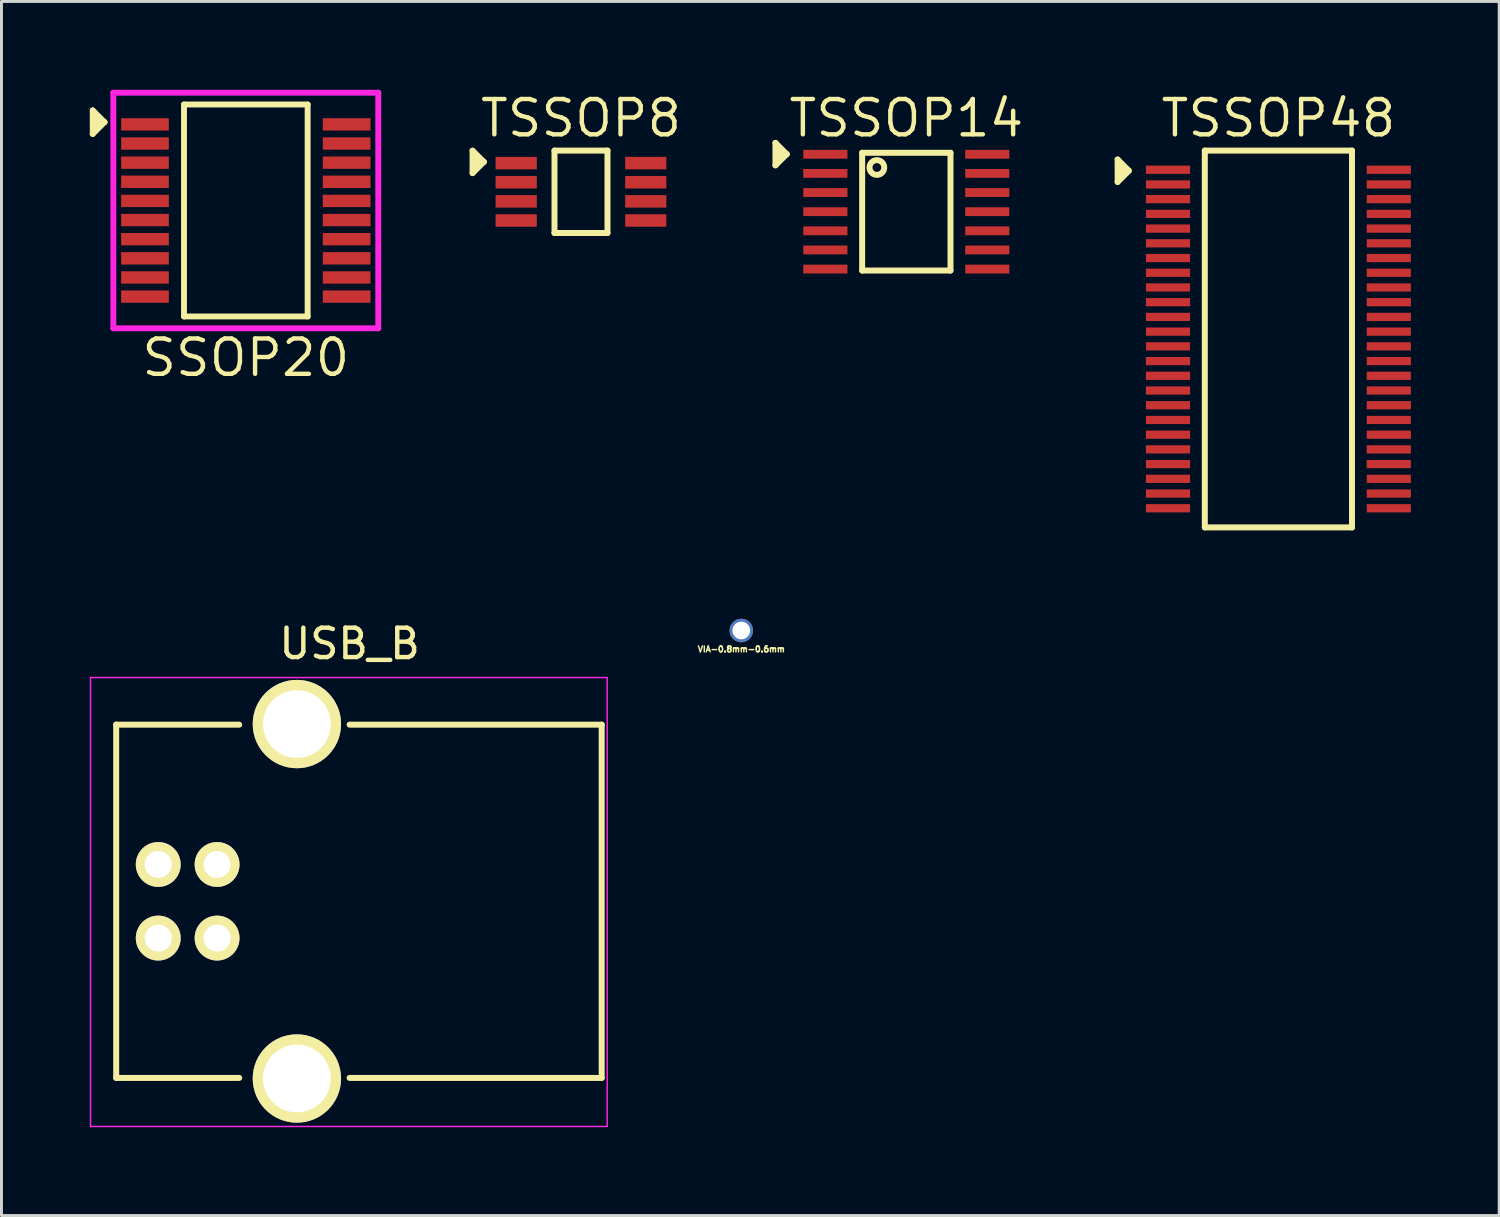
<source format=kicad_pcb>
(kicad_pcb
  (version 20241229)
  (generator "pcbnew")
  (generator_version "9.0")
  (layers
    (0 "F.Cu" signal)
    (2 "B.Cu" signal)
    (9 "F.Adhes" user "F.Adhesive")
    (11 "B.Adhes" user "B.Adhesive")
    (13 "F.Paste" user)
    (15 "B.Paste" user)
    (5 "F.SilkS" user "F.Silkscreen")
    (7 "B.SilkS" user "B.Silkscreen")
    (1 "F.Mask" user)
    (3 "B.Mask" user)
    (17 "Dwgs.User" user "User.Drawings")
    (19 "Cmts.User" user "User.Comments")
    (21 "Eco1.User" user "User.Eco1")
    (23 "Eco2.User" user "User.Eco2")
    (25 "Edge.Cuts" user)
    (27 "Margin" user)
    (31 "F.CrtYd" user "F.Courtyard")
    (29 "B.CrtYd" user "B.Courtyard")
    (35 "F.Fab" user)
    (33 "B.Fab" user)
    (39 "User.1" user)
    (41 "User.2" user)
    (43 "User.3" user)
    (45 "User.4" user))
  (footprint "VIA-0.8mm-0.6mm"
    (layer "F.Cu")
    (at 22.131 18.367)
    (property "Reference" "VIA-0.8mm-0.6mm" (at 0 0.635 0) (layer "F.SilkS") (effects (font (size 0.2 0.2) (thickness 0.05))))
    (attr through_hole)
    (pad "1" thru_hole circle (at 0 0) (size 0.8 0.8) (drill 0.6) (layers "*.Cu")))
  (footprint "SSOP20"
    (layer "F.Cu")
    (at 5.3 4.1)
    (property "Reference" "SSOP20" (at 0 5 0) (layer "F.SilkS") (effects (font (size 1.2 1.2) (thickness 0.15))))
    (attr smd)
    (fp_line (start -5.2 -3.4) (end -5.2 -2.6) (stroke (width 0.2) (type solid)) (layer "F.SilkS"))
    (fp_line (start -5.2 -2.6) (end -4.8 -3) (stroke (width 0.2) (type solid)) (layer "F.SilkS"))
    (fp_line (start -5.1 -3.1) (end -5.1 -2.9) (stroke (width 0.2) (type solid)) (layer "F.SilkS"))
    (fp_line (start -5 -3) (end -5.1 -2.9) (stroke (width 0.2) (type solid)) (layer "F.SilkS"))
    (fp_line (start -4.8 -3) (end -5.2 -3.4) (stroke (width 0.2) (type solid)) (layer "F.SilkS"))
    (fp_line (start -4.8 -3) (end -5.1 -3.1) (stroke (width 0.2) (type solid)) (layer "F.SilkS"))
    (fp_line (start -2.1 -3.6) (end -2.1 3.6) (stroke (width 0.2) (type solid)) (layer "F.SilkS"))
    (fp_line (start -2.1 -3.6) (end 2.1 -3.6) (stroke (width 0.2) (type solid)) (layer "F.SilkS"))
    (fp_line (start -2.1 3.6) (end 2.1 3.6) (stroke (width 0.2) (type solid)) (layer "F.SilkS"))
    (fp_line (start 2.1 3.6) (end 2.1 -3.6) (stroke (width 0.2) (type solid)) (layer "F.SilkS"))
    (fp_line (start -4.5 -4) (end -4.5 4) (stroke (width 0.2) (type solid)) (layer "F.CrtYd"))
    (fp_line (start -4.5 4) (end 4.5 4) (stroke (width 0.2) (type solid)) (layer "F.CrtYd"))
    (fp_line (start 4.5 -4) (end -4.5 -4) (stroke (width 0.2) (type solid)) (layer "F.CrtYd"))
    (fp_line (start 4.5 4) (end 4.5 -4) (stroke (width 0.2) (type solid)) (layer "F.CrtYd"))
    (pad "1" smd rect (at -3.425 -2.925 270) (size 0.42 1.62) (layers "F.Cu" "F.Mask" "F.Paste"))
    (pad "2" smd rect (at -3.425 -2.275 270) (size 0.42 1.62) (layers "F.Cu" "F.Mask" "F.Paste"))
    (pad "3" smd rect (at -3.425 -1.625 270) (size 0.42 1.62) (layers "F.Cu" "F.Mask" "F.Paste"))
    (pad "4" smd rect (at -3.425 -0.975 270) (size 0.42 1.62) (layers "F.Cu" "F.Mask" "F.Paste"))
    (pad "5" smd rect (at -3.425 -0.325 270) (size 0.42 1.62) (layers "F.Cu" "F.Mask" "F.Paste"))
    (pad "6" smd rect (at -3.425 0.325 270) (size 0.42 1.62) (layers "F.Cu" "F.Mask" "F.Paste"))
    (pad "7" smd rect (at -3.425 0.975 270) (size 0.42 1.62) (layers "F.Cu" "F.Mask" "F.Paste"))
    (pad "8" smd rect (at -3.425 1.625 270) (size 0.42 1.62) (layers "F.Cu" "F.Mask" "F.Paste"))
    (pad "9" smd rect (at -3.425 2.275 270) (size 0.42 1.62) (layers "F.Cu" "F.Mask" "F.Paste"))
    (pad "10" smd rect (at -3.425 2.925 270) (size 0.42 1.62) (layers "F.Cu" "F.Mask" "F.Paste"))
    (pad "11" smd rect (at 3.425 2.925 270) (size 0.42 1.62) (layers "F.Cu" "F.Mask" "F.Paste"))
    (pad "12" smd rect (at 3.425 2.275 270) (size 0.42 1.62) (layers "F.Cu" "F.Mask" "F.Paste"))
    (pad "13" smd rect (at 3.425 1.625 270) (size 0.42 1.62) (layers "F.Cu" "F.Mask" "F.Paste"))
    (pad "14" smd rect (at 3.425 0.975 270) (size 0.42 1.62) (layers "F.Cu" "F.Mask" "F.Paste"))
    (pad "15" smd rect (at 3.425 0.325 270) (size 0.42 1.62) (layers "F.Cu" "F.Mask" "F.Paste"))
    (pad "16" smd rect (at 3.425 -0.325 270) (size 0.42 1.62) (layers "F.Cu" "F.Mask" "F.Paste"))
    (pad "17" smd rect (at 3.425 -0.975 270) (size 0.42 1.62) (layers "F.Cu" "F.Mask" "F.Paste"))
    (pad "18" smd rect (at 3.425 -1.625 270) (size 0.42 1.62) (layers "F.Cu" "F.Mask" "F.Paste"))
    (pad "19" smd rect (at 3.425 -2.275 270) (size 0.42 1.62) (layers "F.Cu" "F.Mask" "F.Paste"))
    (pad "20" smd rect (at 3.425 -2.925 270) (size 0.42 1.62) (layers "F.Cu" "F.Mask" "F.Paste")))
  (footprint "TSSOP14"
    (layer "F.Cu")
    (at 27.736 4.14)
    (property "Reference" "TSSOP14" (at 0 -3.175 180) (layer "F.SilkS") (effects (font (size 1.2 1.2) (thickness 0.15))))
    (attr smd)
    (fp_line (start -4.445 -2.336) (end -4.445 -1.574) (stroke (width 0.203) (type solid)) (layer "F.SilkS"))
    (fp_line (start -4.445 -1.574) (end -4.064 -1.955) (stroke (width 0.203) (type solid)) (layer "F.SilkS"))
    (fp_line (start -4.318 -2.082) (end -4.318 -1.828) (stroke (width 0.203) (type solid)) (layer "F.SilkS"))
    (fp_line (start -4.064 -1.955) (end -4.445 -2.336) (stroke (width 0.203) (type solid)) (layer "F.SilkS"))
    (fp_line (start -4.064 -1.955) (end -4.318 -2.082) (stroke (width 0.203) (type solid)) (layer "F.SilkS"))
    (fp_line (start -1.5 -2) (end 1.5 -2) (stroke (width 0.203) (type solid)) (layer "F.SilkS"))
    (fp_line (start -1.5 2) (end -1.5 -2) (stroke (width 0.203) (type solid)) (layer "F.SilkS"))
    (fp_line (start 1.5 -2) (end 1.5 2) (stroke (width 0.203) (type solid)) (layer "F.SilkS"))
    (fp_line (start 1.5 2) (end -1.5 2) (stroke (width 0.203) (type solid)) (layer "F.SilkS"))
    (fp_circle (center -1 -1.5) (end -0.75 -1.5) (stroke (width 0.203) (type solid)) (fill no) (layer "F.SilkS"))
    (pad "1" smd rect (at -2.75 -1.95 270) (size 0.3 1.5) (layers "F.Cu" "F.Mask" "F.Paste"))
    (pad "2" smd rect (at -2.75 -1.3 270) (size 0.3 1.5) (layers "F.Cu" "F.Mask" "F.Paste"))
    (pad "3" smd rect (at -2.75 -0.65 270) (size 0.3 1.5) (layers "F.Cu" "F.Mask" "F.Paste"))
    (pad "4" smd rect (at -2.75 0 270) (size 0.3 1.5) (layers "F.Cu" "F.Mask" "F.Paste"))
    (pad "5" smd rect (at -2.75 0.65 270) (size 0.3 1.5) (layers "F.Cu" "F.Mask" "F.Paste"))
    (pad "6" smd rect (at -2.75 1.3 270) (size 0.3 1.5) (layers "F.Cu" "F.Mask" "F.Paste"))
    (pad "7" smd rect (at -2.75 1.95 270) (size 0.3 1.5) (layers "F.Cu" "F.Mask" "F.Paste"))
    (pad "8" smd rect (at 2.75 1.95 270) (size 0.3 1.5) (layers "F.Cu" "F.Mask" "F.Paste"))
    (pad "9" smd rect (at 2.75 1.3 270) (size 0.3 1.5) (layers "F.Cu" "F.Mask" "F.Paste"))
    (pad "10" smd rect (at 2.75 0.65 270) (size 0.3 1.5) (layers "F.Cu" "F.Mask" "F.Paste"))
    (pad "11" smd rect (at 2.75 0 270) (size 0.3 1.5) (layers "F.Cu" "F.Mask" "F.Paste"))
    (pad "12" smd rect (at 2.75 -0.65 270) (size 0.3 1.5) (layers "F.Cu" "F.Mask" "F.Paste"))
    (pad "13" smd rect (at 2.75 -1.3 270) (size 0.3 1.5) (layers "F.Cu" "F.Mask" "F.Paste"))
    (pad "14" smd rect (at 2.75 -1.95 270) (size 0.3 1.5) (layers "F.Cu" "F.Mask" "F.Paste")))
  (footprint "TSSOP48"
    (layer "F.Cu")
    (at 40.375 8.465)
    (property "Reference" "TSSOP48" (at 0 -7.5 180) (layer "F.SilkS") (effects (font (size 1.2 1.2) (thickness 0.15))))
    (attr smd)
    (fp_line (start -5.461 -6.096) (end -5.461 -5.334) (stroke (width 0.203) (type solid)) (layer "F.SilkS"))
    (fp_line (start -5.461 -5.334) (end -5.08 -5.715) (stroke (width 0.203) (type solid)) (layer "F.SilkS"))
    (fp_line (start -5.334 -5.842) (end -5.334 -5.588) (stroke (width 0.203) (type solid)) (layer "F.SilkS"))
    (fp_line (start -5.207 -5.715) (end -5.334 -5.842) (stroke (width 0.203) (type solid)) (layer "F.SilkS"))
    (fp_line (start -5.08 -5.715) (end -5.461 -6.096) (stroke (width 0.203) (type solid)) (layer "F.SilkS"))
    (fp_line (start -2.5 -6.4) (end -2.5 6.4) (stroke (width 0.203) (type solid)) (layer "F.SilkS"))
    (fp_line (start -2.5 -6.4) (end 2.5 -6.4) (stroke (width 0.203) (type solid)) (layer "F.SilkS"))
    (fp_line (start 2.5 6.4) (end -2.5 6.4) (stroke (width 0.203) (type solid)) (layer "F.SilkS"))
    (fp_line (start 2.5 6.4) (end 2.5 -6.4) (stroke (width 0.203) (type solid)) (layer "F.SilkS"))
    (pad "1" smd rect (at -3.75 -5.75 270) (size 0.28 1.5) (layers "F.Cu" "F.Mask" "F.Paste"))
    (pad "2" smd rect (at -3.75 -5.25 270) (size 0.28 1.5) (layers "F.Cu" "F.Mask" "F.Paste"))
    (pad "3" smd rect (at -3.75 -4.75 270) (size 0.28 1.5) (layers "F.Cu" "F.Mask" "F.Paste"))
    (pad "4" smd rect (at -3.75 -4.25 270) (size 0.28 1.5) (layers "F.Cu" "F.Mask" "F.Paste"))
    (pad "5" smd rect (at -3.75 -3.75 270) (size 0.28 1.5) (layers "F.Cu" "F.Mask" "F.Paste"))
    (pad "6" smd rect (at -3.75 -3.25 270) (size 0.28 1.5) (layers "F.Cu" "F.Mask" "F.Paste"))
    (pad "7" smd rect (at -3.75 -2.75 270) (size 0.28 1.5) (layers "F.Cu" "F.Mask" "F.Paste"))
    (pad "8" smd rect (at -3.75 -2.25 270) (size 0.28 1.5) (layers "F.Cu" "F.Mask" "F.Paste"))
    (pad "9" smd rect (at -3.75 -1.75 270) (size 0.28 1.5) (layers "F.Cu" "F.Mask" "F.Paste"))
    (pad "10" smd rect (at -3.75 -1.25 270) (size 0.28 1.5) (layers "F.Cu" "F.Mask" "F.Paste"))
    (pad "11" smd rect (at -3.75 -0.75 270) (size 0.28 1.5) (layers "F.Cu" "F.Mask" "F.Paste"))
    (pad "12" smd rect (at -3.75 -0.25 270) (size 0.28 1.5) (layers "F.Cu" "F.Mask" "F.Paste"))
    (pad "13" smd rect (at -3.75 0.25 270) (size 0.28 1.5) (layers "F.Cu" "F.Mask" "F.Paste"))
    (pad "14" smd rect (at -3.75 0.75 270) (size 0.28 1.5) (layers "F.Cu" "F.Mask" "F.Paste"))
    (pad "15" smd rect (at -3.75 1.25 270) (size 0.28 1.5) (layers "F.Cu" "F.Mask" "F.Paste"))
    (pad "16" smd rect (at -3.75 1.75 270) (size 0.28 1.5) (layers "F.Cu" "F.Mask" "F.Paste"))
    (pad "17" smd rect (at -3.75 2.25 270) (size 0.28 1.5) (layers "F.Cu" "F.Mask" "F.Paste"))
    (pad "18" smd rect (at -3.75 2.75 270) (size 0.28 1.5) (layers "F.Cu" "F.Mask" "F.Paste"))
    (pad "19" smd rect (at -3.75 3.25 270) (size 0.28 1.5) (layers "F.Cu" "F.Mask" "F.Paste"))
    (pad "20" smd rect (at -3.75 3.75 270) (size 0.28 1.5) (layers "F.Cu" "F.Mask" "F.Paste"))
    (pad "21" smd rect (at -3.75 4.25 270) (size 0.28 1.5) (layers "F.Cu" "F.Mask" "F.Paste"))
    (pad "22" smd rect (at -3.75 4.75 270) (size 0.28 1.5) (layers "F.Cu" "F.Mask" "F.Paste"))
    (pad "23" smd rect (at -3.75 5.25 270) (size 0.28 1.5) (layers "F.Cu" "F.Mask" "F.Paste"))
    (pad "24" smd rect (at -3.75 5.75 270) (size 0.28 1.5) (layers "F.Cu" "F.Mask" "F.Paste"))
    (pad "25" smd rect (at 3.75 5.75 270) (size 0.28 1.5) (layers "F.Cu" "F.Mask" "F.Paste"))
    (pad "26" smd rect (at 3.75 5.25 270) (size 0.28 1.5) (layers "F.Cu" "F.Mask" "F.Paste"))
    (pad "27" smd rect (at 3.75 4.75 270) (size 0.28 1.5) (layers "F.Cu" "F.Mask" "F.Paste"))
    (pad "28" smd rect (at 3.75 4.25 270) (size 0.28 1.5) (layers "F.Cu" "F.Mask" "F.Paste"))
    (pad "29" smd rect (at 3.75 3.75 270) (size 0.28 1.5) (layers "F.Cu" "F.Mask" "F.Paste"))
    (pad "30" smd rect (at 3.75 3.25 270) (size 0.28 1.5) (layers "F.Cu" "F.Mask" "F.Paste"))
    (pad "31" smd rect (at 3.75 2.75 270) (size 0.28 1.5) (layers "F.Cu" "F.Mask" "F.Paste"))
    (pad "32" smd rect (at 3.75 2.25 270) (size 0.28 1.5) (layers "F.Cu" "F.Mask" "F.Paste"))
    (pad "33" smd rect (at 3.75 1.75 270) (size 0.28 1.5) (layers "F.Cu" "F.Mask" "F.Paste"))
    (pad "34" smd rect (at 3.75 1.25 270) (size 0.28 1.5) (layers "F.Cu" "F.Mask" "F.Paste"))
    (pad "35" smd rect (at 3.75 0.75 270) (size 0.28 1.5) (layers "F.Cu" "F.Mask" "F.Paste"))
    (pad "36" smd rect (at 3.75 0.25 270) (size 0.28 1.5) (layers "F.Cu" "F.Mask" "F.Paste"))
    (pad "37" smd rect (at 3.75 -0.25 270) (size 0.28 1.5) (layers "F.Cu" "F.Mask" "F.Paste"))
    (pad "38" smd rect (at 3.75 -0.75 270) (size 0.28 1.5) (layers "F.Cu" "F.Mask" "F.Paste"))
    (pad "39" smd rect (at 3.75 -1.25 270) (size 0.28 1.5) (layers "F.Cu" "F.Mask" "F.Paste"))
    (pad "40" smd rect (at 3.75 -1.75 270) (size 0.28 1.5) (layers "F.Cu" "F.Mask" "F.Paste"))
    (pad "41" smd rect (at 3.75 -2.25 270) (size 0.28 1.5) (layers "F.Cu" "F.Mask" "F.Paste"))
    (pad "42" smd rect (at 3.75 -2.75 270) (size 0.28 1.5) (layers "F.Cu" "F.Mask" "F.Paste"))
    (pad "43" smd rect (at 3.75 -3.25 270) (size 0.28 1.5) (layers "F.Cu" "F.Mask" "F.Paste"))
    (pad "44" smd rect (at 3.75 -3.75 270) (size 0.28 1.5) (layers "F.Cu" "F.Mask" "F.Paste"))
    (pad "45" smd rect (at 3.75 -4.25 270) (size 0.28 1.5) (layers "F.Cu" "F.Mask" "F.Paste"))
    (pad "46" smd rect (at 3.75 -4.75 270) (size 0.28 1.5) (layers "F.Cu" "F.Mask" "F.Paste"))
    (pad "47" smd rect (at 3.75 -5.25 270) (size 0.28 1.5) (layers "F.Cu" "F.Mask" "F.Paste"))
    (pad "48" smd rect (at 3.75 -5.75 270) (size 0.28 1.5) (layers "F.Cu" "F.Mask" "F.Paste")))
  (footprint "TSSOP8"
    (layer "F.Cu")
    (at 16.685 3.465)
    (property "Reference" "TSSOP8" (at 0 -2.5 180) (layer "F.SilkS") (effects (font (size 1.2 1.2) (thickness 0.15))))
    (attr smd)
    (fp_line (start -3.683 -1.397) (end -3.683 -0.635) (stroke (width 0.203) (type solid)) (layer "F.SilkS"))
    (fp_line (start -3.683 -0.635) (end -3.302 -1.016) (stroke (width 0.203) (type solid)) (layer "F.SilkS"))
    (fp_line (start -3.556 -1.143) (end -3.556 -0.889) (stroke (width 0.203) (type solid)) (layer "F.SilkS"))
    (fp_line (start -3.302 -1.016) (end -3.683 -1.397) (stroke (width 0.203) (type solid)) (layer "F.SilkS"))
    (fp_line (start -3.302 -1.016) (end -3.556 -1.143) (stroke (width 0.203) (type solid)) (layer "F.SilkS"))
    (fp_line (start -0.9 -1.4) (end 0.9 -1.4) (stroke (width 0.203) (type solid)) (layer "F.SilkS"))
    (fp_line (start -0.9 1.4) (end -0.9 -1.4) (stroke (width 0.203) (type solid)) (layer "F.SilkS"))
    (fp_line (start 0.9 -1.4) (end 0.9 1.4) (stroke (width 0.203) (type solid)) (layer "F.SilkS"))
    (fp_line (start 0.9 1.4) (end -0.9 1.4) (stroke (width 0.203) (type solid)) (layer "F.SilkS"))
    (pad "1" smd rect (at -2.2 -0.975 270) (size 0.425 1.4) (layers "F.Cu" "F.Mask" "F.Paste"))
    (pad "2" smd rect (at -2.2 -0.325 270) (size 0.425 1.4) (layers "F.Cu" "F.Mask" "F.Paste"))
    (pad "3" smd rect (at -2.2 0.325 270) (size 0.425 1.4) (layers "F.Cu" "F.Mask" "F.Paste"))
    (pad "4" smd rect (at -2.2 0.975 270) (size 0.425 1.4) (layers "F.Cu" "F.Mask" "F.Paste"))
    (pad "5" smd rect (at 2.2 0.975 270) (size 0.425 1.4) (layers "F.Cu" "F.Mask" "F.Paste"))
    (pad "6" smd rect (at 2.2 0.325 270) (size 0.425 1.4) (layers "F.Cu" "F.Mask" "F.Paste"))
    (pad "7" smd rect (at 2.2 -0.325 270) (size 0.425 1.4) (layers "F.Cu" "F.Mask" "F.Paste"))
    (pad "8" smd rect (at 2.2 -0.975 270) (size 0.425 1.4) (layers "F.Cu" "F.Mask" "F.Paste")))
  (footprint "USB_B"
    (layer "F.Cu")
    (at 8.825 27.565)
    (property "Reference" "USB_B" (at 0 -8.75 180) (layer "F.SilkS") (effects (font (size 1 1) (thickness 0.15))))
    (attr through_hole)
    (fp_line (start -7.928 6) (end -7.928 -6) (stroke (width 0.203) (type solid)) (layer "F.SilkS"))
    (fp_line (start -3.75 -6) (end -7.928 -6) (stroke (width 0.203) (type solid)) (layer "F.SilkS"))
    (fp_line (start -3.75 6) (end -7.928 6) (stroke (width 0.203) (type solid)) (layer "F.SilkS"))
    (fp_line (start 0 -6) (end 8.563 -6) (stroke (width 0.203) (type solid)) (layer "F.SilkS"))
    (fp_line (start 8.563 -6) (end 8.563 6) (stroke (width 0.203) (type solid)) (layer "F.SilkS"))
    (fp_line (start 8.563 6) (end 0 6) (stroke (width 0.203) (type solid)) (layer "F.SilkS"))
    (fp_line (start -8.8 -7.6) (end 8.75 -7.6) (stroke (width 0.05) (type solid)) (layer "F.CrtYd"))
    (fp_line (start -8.8 7.65) (end -8.8 -7.6) (stroke (width 0.05) (type solid)) (layer "F.CrtYd"))
    (fp_line (start 8.75 -7.6) (end 8.75 7.65) (stroke (width 0.05) (type solid)) (layer "F.CrtYd"))
    (fp_line (start 8.75 7.65) (end -8.8 7.65) (stroke (width 0.05) (type solid)) (layer "F.CrtYd"))
    (pad "1" thru_hole circle (at -6.5 -1.25 270) (size 1.524 1.524) (drill 0.92) (layers "*.Cu" "*.Mask" "F.SilkS"))
    (pad "2" thru_hole circle (at -6.5 1.25 270) (size 1.524 1.524) (drill 0.92) (layers "*.Cu" "*.Mask" "F.SilkS"))
    (pad "3" thru_hole circle (at -4.501 1.25 270) (size 1.524 1.524) (drill 0.92) (layers "*.Cu" "*.Mask" "F.SilkS"))
    (pad "4" thru_hole circle (at -4.501 -1.25 270) (size 1.524 1.524) (drill 0.92) (layers "*.Cu" "*.Mask" "F.SilkS"))
    (pad "5" thru_hole circle (at -1.79 -6.02 270) (size 3 3) (drill 2.3) (layers "*.Cu" "*.Mask" "F.SilkS"))
    (pad "5" thru_hole circle (at -1.79 6.02 270) (size 3 3) (drill 2.3) (layers "*.Cu" "*.Mask" "F.SilkS")))
  (gr_rect
    (start -3 -3)
    (end 47.875 38.24)
    (stroke (width 0.1) (type default))
    (fill no)
    (layer "Edge.Cuts")))
</source>
